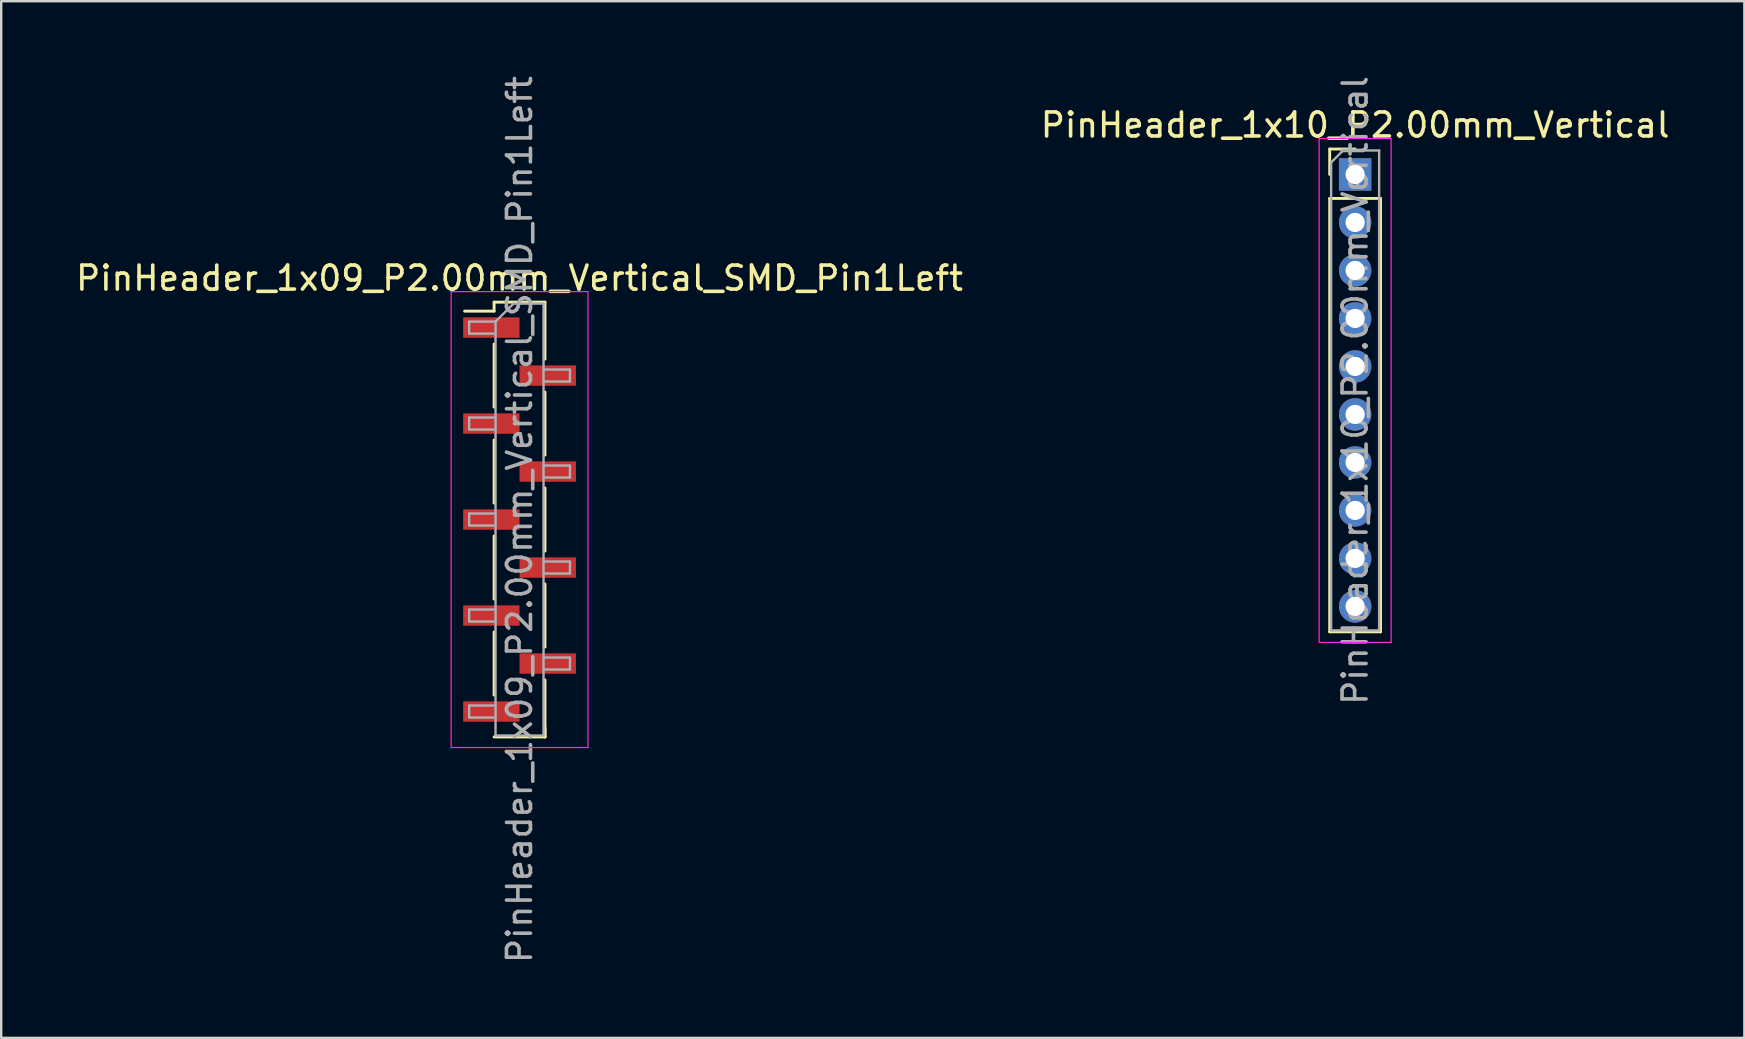
<source format=kicad_pcb>
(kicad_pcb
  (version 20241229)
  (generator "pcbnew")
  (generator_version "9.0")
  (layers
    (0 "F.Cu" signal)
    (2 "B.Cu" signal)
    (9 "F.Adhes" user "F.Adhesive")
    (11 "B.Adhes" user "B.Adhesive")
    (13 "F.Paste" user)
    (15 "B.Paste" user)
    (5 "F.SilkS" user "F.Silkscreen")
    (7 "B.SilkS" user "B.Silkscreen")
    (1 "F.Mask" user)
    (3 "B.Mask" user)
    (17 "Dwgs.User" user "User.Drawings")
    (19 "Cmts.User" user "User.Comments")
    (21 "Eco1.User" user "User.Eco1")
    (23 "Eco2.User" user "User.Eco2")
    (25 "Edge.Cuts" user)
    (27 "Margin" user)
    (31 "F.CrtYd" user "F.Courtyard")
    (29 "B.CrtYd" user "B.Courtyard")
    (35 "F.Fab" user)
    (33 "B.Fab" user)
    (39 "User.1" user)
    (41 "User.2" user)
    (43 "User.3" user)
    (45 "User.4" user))
  (footprint "PinHeader_1x10_P2.00mm_Vertical"
    (layer "F.Cu")
    (at 53.423 4.22)
    (property "Reference" "PinHeader_1x10_P2.00mm_Vertical" (at 0 -2.06 0) (layer "F.SilkS") (effects (font (size 1 1) (thickness 0.15))))
    (attr through_hole)
    (fp_line (start -1.06 -1.06) (end 0 -1.06) (stroke (width 0.12) (type solid)) (layer "F.SilkS"))
    (fp_line (start -1.06 0) (end -1.06 -1.06) (stroke (width 0.12) (type solid)) (layer "F.SilkS"))
    (fp_line (start -1.06 1) (end -1.06 19.06) (stroke (width 0.12) (type solid)) (layer "F.SilkS"))
    (fp_line (start -1.06 1) (end 1.06 1) (stroke (width 0.12) (type solid)) (layer "F.SilkS"))
    (fp_line (start -1.06 19.06) (end 1.06 19.06) (stroke (width 0.12) (type solid)) (layer "F.SilkS"))
    (fp_line (start 1.06 1) (end 1.06 19.06) (stroke (width 0.12) (type solid)) (layer "F.SilkS"))
    (fp_line (start -1.5 -1.5) (end -1.5 19.5) (stroke (width 0.05) (type solid)) (layer "F.CrtYd"))
    (fp_line (start -1.5 19.5) (end 1.5 19.5) (stroke (width 0.05) (type solid)) (layer "F.CrtYd"))
    (fp_line (start 1.5 -1.5) (end -1.5 -1.5) (stroke (width 0.05) (type solid)) (layer "F.CrtYd"))
    (fp_line (start 1.5 19.5) (end 1.5 -1.5) (stroke (width 0.05) (type solid)) (layer "F.CrtYd"))
    (fp_line (start -1 -0.5) (end -0.5 -1) (stroke (width 0.1) (type solid)) (layer "F.Fab"))
    (fp_line (start -1 19) (end -1 -0.5) (stroke (width 0.1) (type solid)) (layer "F.Fab"))
    (fp_line (start -0.5 -1) (end 1 -1) (stroke (width 0.1) (type solid)) (layer "F.Fab"))
    (fp_line (start 1 -1) (end 1 19) (stroke (width 0.1) (type solid)) (layer "F.Fab"))
    (fp_line (start 1 19) (end -1 19) (stroke (width 0.1) (type solid)) (layer "F.Fab"))
    (fp_text user "${REFERENCE}" (at 0 9 90) (layer "F.Fab") (effects (font (size 1 1) (thickness 0.15))))
    (pad "1" thru_hole rect (at 0 0) (size 1.35 1.35) (drill 0.8) (layers "*.Cu" "*.Mask"))
    (pad "2" thru_hole oval (at 0 2) (size 1.35 1.35) (drill 0.8) (layers "*.Cu" "*.Mask"))
    (pad "3" thru_hole oval (at 0 4) (size 1.35 1.35) (drill 0.8) (layers "*.Cu" "*.Mask"))
    (pad "4" thru_hole oval (at 0 6) (size 1.35 1.35) (drill 0.8) (layers "*.Cu" "*.Mask"))
    (pad "5" thru_hole oval (at 0 8) (size 1.35 1.35) (drill 0.8) (layers "*.Cu" "*.Mask"))
    (pad "6" thru_hole oval (at 0 10) (size 1.35 1.35) (drill 0.8) (layers "*.Cu" "*.Mask"))
    (pad "7" thru_hole oval (at 0 12) (size 1.35 1.35) (drill 0.8) (layers "*.Cu" "*.Mask"))
    (pad "8" thru_hole oval (at 0 14) (size 1.35 1.35) (drill 0.8) (layers "*.Cu" "*.Mask"))
    (pad "9" thru_hole oval (at 0 16) (size 1.35 1.35) (drill 0.8) (layers "*.Cu" "*.Mask"))
    (pad "10" thru_hole oval (at 0 18) (size 1.35 1.35) (drill 0.8) (layers "*.Cu" "*.Mask")))
  (footprint "PinHeader_1x09_P2.00mm_Vertical_SMD_Pin1Left"
    (layer "F.Cu")
    (at 18.601 18.601)
    (property "Reference" "PinHeader_1x09_P2.00mm_Vertical_SMD_Pin1Left" (at 0 -10.06 0) (layer "F.SilkS") (effects (font (size 1 1) (thickness 0.15))))
    (attr smd)
    (fp_line (start -1.06 -9.06) (end -1.06 -8.685) (stroke (width 0.12) (type solid)) (layer "F.SilkS"))
    (fp_line (start -1.06 -9.06) (end 1.06 -9.06) (stroke (width 0.12) (type solid)) (layer "F.SilkS"))
    (fp_line (start -1.06 -8.685) (end -2.29 -8.685) (stroke (width 0.12) (type solid)) (layer "F.SilkS"))
    (fp_line (start -1.06 -7.315) (end -1.06 -4.685) (stroke (width 0.12) (type solid)) (layer "F.SilkS"))
    (fp_line (start -1.06 -3.315) (end -1.06 -0.685) (stroke (width 0.12) (type solid)) (layer "F.SilkS"))
    (fp_line (start -1.06 0.685) (end -1.06 3.315) (stroke (width 0.12) (type solid)) (layer "F.SilkS"))
    (fp_line (start -1.06 4.685) (end -1.06 7.315) (stroke (width 0.12) (type solid)) (layer "F.SilkS"))
    (fp_line (start -1.06 9.06) (end 1.06 9.06) (stroke (width 0.12) (type solid)) (layer "F.SilkS"))
    (fp_line (start 1.06 -9.06) (end 1.06 -6.685) (stroke (width 0.12) (type solid)) (layer "F.SilkS"))
    (fp_line (start 1.06 -5.315) (end 1.06 -2.685) (stroke (width 0.12) (type solid)) (layer "F.SilkS"))
    (fp_line (start 1.06 -1.315) (end 1.06 1.315) (stroke (width 0.12) (type solid)) (layer "F.SilkS"))
    (fp_line (start 1.06 2.685) (end 1.06 5.315) (stroke (width 0.12) (type solid)) (layer "F.SilkS"))
    (fp_line (start 1.06 6.685) (end 1.06 9.06) (stroke (width 0.12) (type solid)) (layer "F.SilkS"))
    (fp_line (start 1.06 8.685) (end 1.06 9.06) (stroke (width 0.12) (type solid)) (layer "F.SilkS"))
    (fp_line (start -2.85 -9.5) (end -2.85 9.5) (stroke (width 0.05) (type solid)) (layer "F.CrtYd"))
    (fp_line (start -2.85 9.5) (end 2.85 9.5) (stroke (width 0.05) (type solid)) (layer "F.CrtYd"))
    (fp_line (start 2.85 -9.5) (end -2.85 -9.5) (stroke (width 0.05) (type solid)) (layer "F.CrtYd"))
    (fp_line (start 2.85 9.5) (end 2.85 -9.5) (stroke (width 0.05) (type solid)) (layer "F.CrtYd"))
    (fp_line (start -2.1 -8.25) (end -2.1 -7.75) (stroke (width 0.1) (type solid)) (layer "F.Fab"))
    (fp_line (start -2.1 -7.75) (end -1 -7.75) (stroke (width 0.1) (type solid)) (layer "F.Fab"))
    (fp_line (start -2.1 -4.25) (end -2.1 -3.75) (stroke (width 0.1) (type solid)) (layer "F.Fab"))
    (fp_line (start -2.1 -3.75) (end -1 -3.75) (stroke (width 0.1) (type solid)) (layer "F.Fab"))
    (fp_line (start -2.1 -0.25) (end -2.1 0.25) (stroke (width 0.1) (type solid)) (layer "F.Fab"))
    (fp_line (start -2.1 0.25) (end -1 0.25) (stroke (width 0.1) (type solid)) (layer "F.Fab"))
    (fp_line (start -2.1 3.75) (end -2.1 4.25) (stroke (width 0.1) (type solid)) (layer "F.Fab"))
    (fp_line (start -2.1 4.25) (end -1 4.25) (stroke (width 0.1) (type solid)) (layer "F.Fab"))
    (fp_line (start -2.1 7.75) (end -2.1 8.25) (stroke (width 0.1) (type solid)) (layer "F.Fab"))
    (fp_line (start -2.1 8.25) (end -1 8.25) (stroke (width 0.1) (type solid)) (layer "F.Fab"))
    (fp_line (start -1 -8.25) (end -2.1 -8.25) (stroke (width 0.1) (type solid)) (layer "F.Fab"))
    (fp_line (start -1 -8.25) (end -0.25 -9) (stroke (width 0.1) (type solid)) (layer "F.Fab"))
    (fp_line (start -1 -4.25) (end -2.1 -4.25) (stroke (width 0.1) (type solid)) (layer "F.Fab"))
    (fp_line (start -1 -0.25) (end -2.1 -0.25) (stroke (width 0.1) (type solid)) (layer "F.Fab"))
    (fp_line (start -1 3.75) (end -2.1 3.75) (stroke (width 0.1) (type solid)) (layer "F.Fab"))
    (fp_line (start -1 7.75) (end -2.1 7.75) (stroke (width 0.1) (type solid)) (layer "F.Fab"))
    (fp_line (start -1 9) (end -1 -8.25) (stroke (width 0.1) (type solid)) (layer "F.Fab"))
    (fp_line (start -0.25 -9) (end 1 -9) (stroke (width 0.1) (type solid)) (layer "F.Fab"))
    (fp_line (start 1 -9) (end 1 9) (stroke (width 0.1) (type solid)) (layer "F.Fab"))
    (fp_line (start 1 -6.25) (end 2.1 -6.25) (stroke (width 0.1) (type solid)) (layer "F.Fab"))
    (fp_line (start 1 -2.25) (end 2.1 -2.25) (stroke (width 0.1) (type solid)) (layer "F.Fab"))
    (fp_line (start 1 1.75) (end 2.1 1.75) (stroke (width 0.1) (type solid)) (layer "F.Fab"))
    (fp_line (start 1 5.75) (end 2.1 5.75) (stroke (width 0.1) (type solid)) (layer "F.Fab"))
    (fp_line (start 1 9) (end -1 9) (stroke (width 0.1) (type solid)) (layer "F.Fab"))
    (fp_line (start 2.1 -6.25) (end 2.1 -5.75) (stroke (width 0.1) (type solid)) (layer "F.Fab"))
    (fp_line (start 2.1 -5.75) (end 1 -5.75) (stroke (width 0.1) (type solid)) (layer "F.Fab"))
    (fp_line (start 2.1 -2.25) (end 2.1 -1.75) (stroke (width 0.1) (type solid)) (layer "F.Fab"))
    (fp_line (start 2.1 -1.75) (end 1 -1.75) (stroke (width 0.1) (type solid)) (layer "F.Fab"))
    (fp_line (start 2.1 1.75) (end 2.1 2.25) (stroke (width 0.1) (type solid)) (layer "F.Fab"))
    (fp_line (start 2.1 2.25) (end 1 2.25) (stroke (width 0.1) (type solid)) (layer "F.Fab"))
    (fp_line (start 2.1 5.75) (end 2.1 6.25) (stroke (width 0.1) (type solid)) (layer "F.Fab"))
    (fp_line (start 2.1 6.25) (end 1 6.25) (stroke (width 0.1) (type solid)) (layer "F.Fab"))
    (fp_text user "${REFERENCE}" (at 0 0 90) (layer "F.Fab") (effects (font (size 1 1) (thickness 0.15))))
    (pad "1" smd rect (at -1.175 -8) (size 2.35 0.85) (layers "F.Cu" "F.Mask" "F.Paste"))
    (pad "2" smd rect (at 1.175 -6) (size 2.35 0.85) (layers "F.Cu" "F.Mask" "F.Paste"))
    (pad "3" smd rect (at -1.175 -4) (size 2.35 0.85) (layers "F.Cu" "F.Mask" "F.Paste"))
    (pad "4" smd rect (at 1.175 -2) (size 2.35 0.85) (layers "F.Cu" "F.Mask" "F.Paste"))
    (pad "5" smd rect (at -1.175 0) (size 2.35 0.85) (layers "F.Cu" "F.Mask" "F.Paste"))
    (pad "6" smd rect (at 1.175 2) (size 2.35 0.85) (layers "F.Cu" "F.Mask" "F.Paste"))
    (pad "7" smd rect (at -1.175 4) (size 2.35 0.85) (layers "F.Cu" "F.Mask" "F.Paste"))
    (pad "8" smd rect (at 1.175 6) (size 2.35 0.85) (layers "F.Cu" "F.Mask" "F.Paste"))
    (pad "9" smd rect (at -1.175 8) (size 2.35 0.85) (layers "F.Cu" "F.Mask" "F.Paste")))
  (gr_rect
    (start -3 -3)
    (end 69.643 40.202)
    (stroke (width 0.1) (type default))
    (fill no)
    (layer "Edge.Cuts")))
</source>
